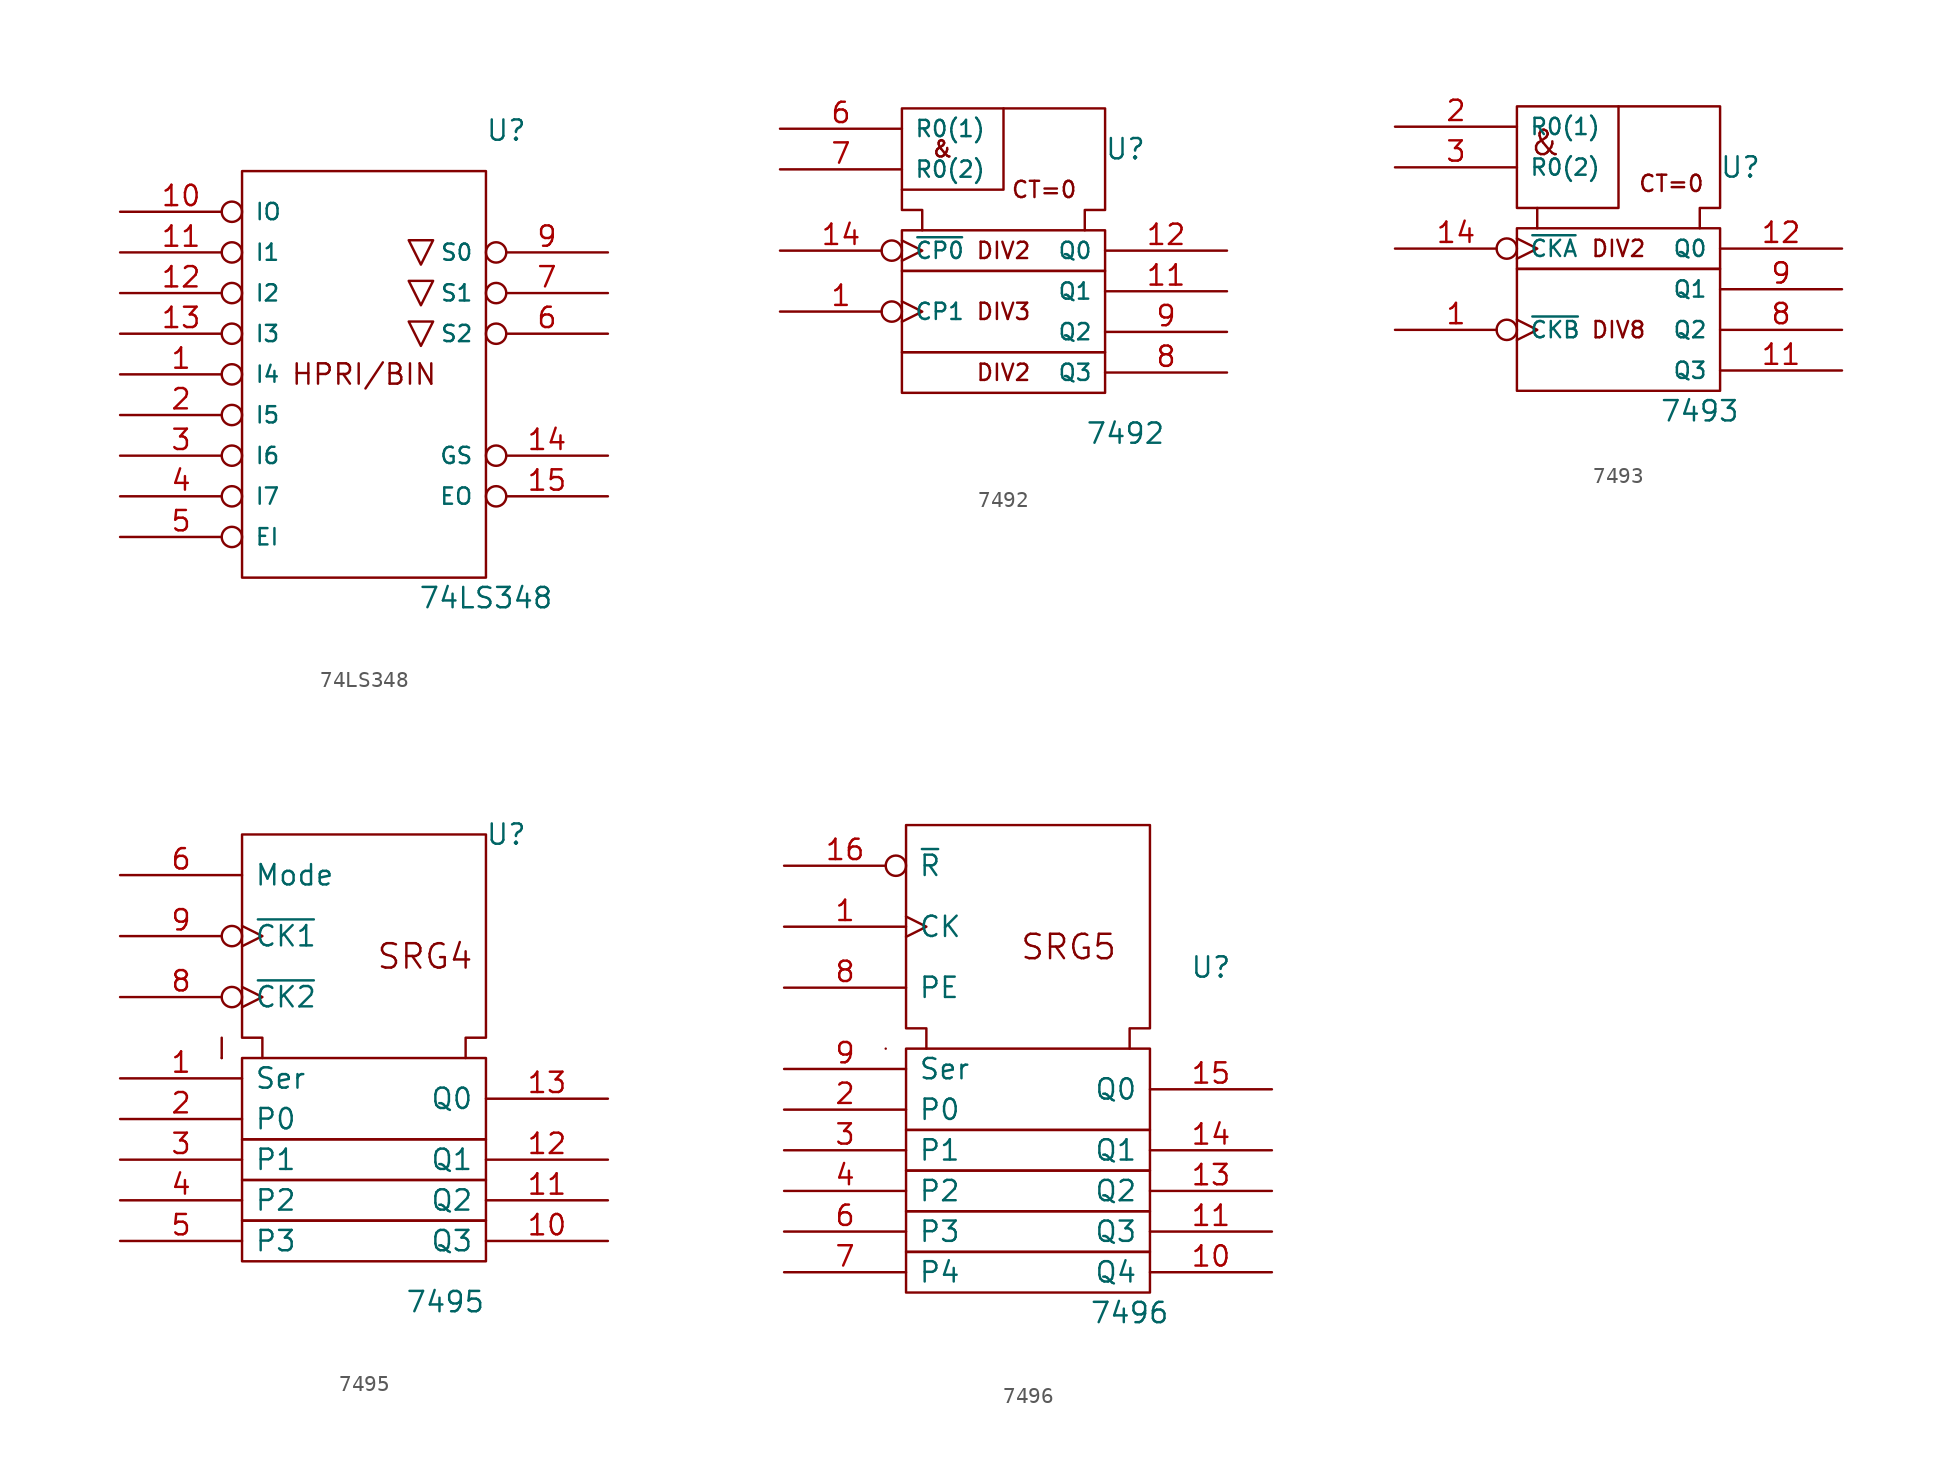
<source format=kicad_sym>
(kicad_symbol_lib
  (version 20211014)
  (generator kicad_symbol_editor)
  (symbol "74LS348"
    (pin_names
      (offset 0.762))
    (property "Reference" "U"
      (at 8.89 15.24 0)
      (effects (font (size 1.27 1.27))))
    (property "Value" "74LS348"
      (at 7.62 -13.97 0)
      (effects (font (size 1.27 1.27))))
    (symbol "74LS348_0_0"
      (rectangle (start -7.62 12.7) (end 7.62 -12.7) (stroke (width 0) (type default) (color 0 0 0 0)) (fill (type none)))
      (polyline (pts (xy 4.318 3.302) (xy 2.794 3.302) (xy 3.556 1.778) (xy 4.318 3.302) (xy 4.318 3.302)) (stroke (width 0) (type default) (color 0 0 0 0)) (fill (type none)))
      (polyline (pts (xy 4.318 5.842) (xy 2.794 5.842) (xy 3.556 4.318) (xy 4.318 5.842) (xy 4.318 5.842)) (stroke (width 0) (type default) (color 0 0 0 0)) (fill (type none)))
      (polyline (pts (xy 4.318 8.382) (xy 2.794 8.382) (xy 3.556 6.858) (xy 4.318 8.382) (xy 4.318 8.382)) (stroke (width 0) (type default) (color 0 0 0 0)) (fill (type none)))
      (text "HPRI/BIN" (at 0 0 0) (effects (font (size 1.27 1.27))))
      (pin power_in line (at 0 12.7 270) (length 0) hide (name "VCC" (effects (font (size 1.016 1.016)))) (number "16" (effects (font (size 1.27 1.27)))))
      (pin power_in line (at 0 -12.7 90) (length 0) hide (name "GND" (effects (font (size 1.016 1.016)))) (number "8" (effects (font (size 1.27 1.27))))))
    (symbol "74LS348_1_1"
      (pin input inverted (at -15.24 0 0) (length 7.62) (name "I4" (effects (font (size 1.016 1.016)))) (number "1" (effects (font (size 1.27 1.27)))))
      (pin input inverted (at -15.24 10.16 0) (length 7.62) (name "IO" (effects (font (size 1.016 1.016)))) (number "10" (effects (font (size 1.27 1.27)))))
      (pin input inverted (at -15.24 7.62 0) (length 7.62) (name "I1" (effects (font (size 1.016 1.016)))) (number "11" (effects (font (size 1.27 1.27)))))
      (pin input inverted (at -15.24 5.08 0) (length 7.62) (name "I2" (effects (font (size 1.016 1.016)))) (number "12" (effects (font (size 1.27 1.27)))))
      (pin input inverted (at -15.24 2.54 0) (length 7.62) (name "I3" (effects (font (size 1.016 1.016)))) (number "13" (effects (font (size 1.27 1.27)))))
      (pin output inverted (at 15.24 -5.08 180) (length 7.62) (name "GS" (effects (font (size 1.016 1.016)))) (number "14" (effects (font (size 1.27 1.27)))))
      (pin output inverted (at 15.24 -7.62 180) (length 7.62) (name "EO" (effects (font (size 1.016 1.016)))) (number "15" (effects (font (size 1.27 1.27)))))
      (pin input inverted (at -15.24 -2.54 0) (length 7.62) (name "I5" (effects (font (size 1.016 1.016)))) (number "2" (effects (font (size 1.27 1.27)))))
      (pin input inverted (at -15.24 -5.08 0) (length 7.62) (name "I6" (effects (font (size 1.016 1.016)))) (number "3" (effects (font (size 1.27 1.27)))))
      (pin input inverted (at -15.24 -7.62 0) (length 7.62) (name "I7" (effects (font (size 1.016 1.016)))) (number "4" (effects (font (size 1.27 1.27)))))
      (pin input inverted (at -15.24 -10.16 0) (length 7.62) (name "EI" (effects (font (size 1.016 1.016)))) (number "5" (effects (font (size 1.27 1.27)))))
      (pin output inverted (at 15.24 2.54 180) (length 7.62) (name "S2" (effects (font (size 1.016 1.016)))) (number "6" (effects (font (size 1.27 1.27)))))
      (pin output inverted (at 15.24 5.08 180) (length 7.62) (name "S1" (effects (font (size 1.016 1.016)))) (number "7" (effects (font (size 1.27 1.27)))))
      (pin output inverted (at 15.24 7.62 180) (length 7.62) (name "S0" (effects (font (size 1.016 1.016)))) (number "9" (effects (font (size 1.27 1.27)))))))
  (symbol "7492"
    (pin_names
      (offset 0.762))
    (property "Reference" "U"
      (at 7.62 6.35 0)
      (effects (font (size 1.27 1.27))))
    (property "Value" "7492"
      (at 7.62 -11.43 0)
      (effects (font (size 1.27 1.27))))
    (symbol "7492_0_0"
      (rectangle (start -6.35 -6.35) (end 6.35 -8.89) (stroke (width 0) (type default) (color 0 0 0 0)) (fill (type none)))
      (rectangle (start -6.35 -1.27) (end 6.35 -6.35) (stroke (width 0) (type default) (color 0 0 0 0)) (fill (type none)))
      (rectangle (start -6.35 1.27) (end 6.35 -1.27) (stroke (width 0) (type default) (color 0 0 0 0)) (fill (type none)))
      (polyline (pts (xy 0 8.89) (xy 0 3.81) (xy -6.35 3.81) (xy -6.35 3.81)) (stroke (width 0) (type default) (color 0 0 0 0)) (fill (type none)))
      (polyline (pts (xy -5.08 1.27) (xy -5.08 2.54) (xy -6.35 2.54) (xy -6.35 8.89) (xy 6.35 8.89) (xy 6.35 2.54) (xy 5.08 2.54) (xy 5.08 1.27) (xy 5.08 1.27)) (stroke (width 0) (type default) (color 0 0 0 0)) (fill (type none)))
      (text "&" (at -3.81 6.35 0) (effects (font (size 1.016 1.016))))
      (text "CT=0" (at 2.54 3.81 0) (effects (font (size 1.016 1.016))))
      (text "DIV2" (at 0 -7.62 0) (effects (font (size 1.016 1.016))))
      (text "DIV2" (at 0 0 0) (effects (font (size 1.016 1.016))))
      (text "DIV3" (at 0 -3.81 0) (effects (font (size 1.016 1.016))))
      (pin input line (at 2.54 8.89 270) (length 0) hide (name "GND" (effects (font (size 1.016 1.016)))) (number "10" (effects (font (size 1.27 1.27)))))
      (pin power_in line (at 5.08 8.89 270) (length 0) hide (name "VCC" (effects (font (size 1.016 1.016)))) (number "5" (effects (font (size 1.27 1.27))))))
    (symbol "7492_1_1"
      (pin input inverted_clock (at -13.97 -3.81 0) (length 7.62) (name "CP1" (effects (font (size 1.016 1.016)))) (number "1" (effects (font (size 1.27 1.27)))))
      (pin output line (at 13.97 -2.54 180) (length 7.62) (name "Q1" (effects (font (size 1.016 1.016)))) (number "11" (effects (font (size 1.27 1.27)))))
      (pin output line (at 13.97 0 180) (length 7.62) (name "Q0" (effects (font (size 1.016 1.016)))) (number "12" (effects (font (size 1.27 1.27)))))
      (pin input inverted_clock (at -13.97 0 0) (length 7.62) (name "~{CP0}" (effects (font (size 1.016 1.016)))) (number "14" (effects (font (size 1.27 1.27)))))
      (pin input line (at -13.97 7.62 0) (length 7.62) (name "R0(1)" (effects (font (size 1.016 1.016)))) (number "6" (effects (font (size 1.27 1.27)))))
      (pin input line (at -13.97 5.08 0) (length 7.62) (name "R0(2)" (effects (font (size 1.016 1.016)))) (number "7" (effects (font (size 1.27 1.27)))))
      (pin output line (at 13.97 -7.62 180) (length 7.62) (name "Q3" (effects (font (size 1.016 1.016)))) (number "8" (effects (font (size 1.27 1.27)))))
      (pin output line (at 13.97 -5.08 180) (length 7.62) (name "Q2" (effects (font (size 1.016 1.016)))) (number "9" (effects (font (size 1.27 1.27)))))))
  (symbol "7493"
    (pin_names
      (offset 0.762))
    (property "Reference" "U"
      (at 7.62 5.08 0)
      (effects (font (size 1.27 1.27))))
    (property "Value" "7493"
      (at 5.08 -10.16 0)
      (effects (font (size 1.27 1.27))))
    (symbol "7493_0_0"
      (rectangle (start -6.35 -1.27) (end 6.35 -8.89) (stroke (width 0) (type default) (color 0 0 0 0)) (fill (type none)))
      (rectangle (start -6.35 1.27) (end 6.35 -1.27) (stroke (width 0) (type default) (color 0 0 0 0)) (fill (type none)))
      (polyline (pts (xy 0 8.89) (xy 0 2.54) (xy -5.08 2.54) (xy -5.08 2.54)) (stroke (width 0) (type default) (color 0 0 0 0)) (fill (type none)))
      (polyline (pts (xy -5.08 1.27) (xy -5.08 2.54) (xy -6.35 2.54) (xy -6.35 8.89) (xy 6.35 8.89) (xy 6.35 2.54) (xy 5.08 2.54) (xy 5.08 1.27) (xy 5.08 1.27)) (stroke (width 0) (type default) (color 0 0 0 0)) (fill (type none)))
      (text "&" (at -4.572 6.604 0) (effects (font (size 1.524 1.524))))
      (text "CT=0" (at 3.302 4.064 0) (effects (font (size 1.016 1.016))))
      (text "DIV2" (at 0 0 0) (effects (font (size 1.016 1.016))))
      (text "DIV8" (at 0 -5.08 0) (effects (font (size 1.016 1.016))))
      (pin input line (at 1.27 8.89 270) (length 0) hide (name "GND" (effects (font (size 1.016 1.016)))) (number "10" (effects (font (size 1.27 1.27)))))
      (pin power_in line (at 5.08 8.89 270) (length 0) hide (name "VCC" (effects (font (size 1.016 1.016)))) (number "5" (effects (font (size 1.27 1.27))))))
    (symbol "7493_1_1"
      (pin input inverted_clock (at -13.97 -5.08 0) (length 7.62) (name "~{CKB}" (effects (font (size 1.016 1.016)))) (number "1" (effects (font (size 1.27 1.27)))))
      (pin output line (at 13.97 -7.62 180) (length 7.62) (name "Q3" (effects (font (size 1.016 1.016)))) (number "11" (effects (font (size 1.27 1.27)))))
      (pin output line (at 13.97 0 180) (length 7.62) (name "Q0" (effects (font (size 1.016 1.016)))) (number "12" (effects (font (size 1.27 1.27)))))
      (pin input inverted_clock (at -13.97 0 0) (length 7.62) (name "~{CKA}" (effects (font (size 1.016 1.016)))) (number "14" (effects (font (size 1.27 1.27)))))
      (pin input line (at -13.97 7.62 0) (length 7.62) (name "R0(1)" (effects (font (size 1.016 1.016)))) (number "2" (effects (font (size 1.27 1.27)))))
      (pin input line (at -13.97 5.08 0) (length 7.62) (name "R0(2)" (effects (font (size 1.016 1.016)))) (number "3" (effects (font (size 1.27 1.27)))))
      (pin output line (at 13.97 -5.08 180) (length 7.62) (name "Q2" (effects (font (size 1.016 1.016)))) (number "8" (effects (font (size 1.27 1.27)))))
      (pin output line (at 13.97 -2.54 180) (length 7.62) (name "Q1" (effects (font (size 1.016 1.016)))) (number "9" (effects (font (size 1.27 1.27)))))))
  (symbol "7495"
    (pin_names
      (offset 0.762))
    (property "Reference" "U"
      (at 8.89 13.97 0)
      (effects (font (size 1.27 1.27))))
    (property "Value" "7495"
      (at 5.08 -15.24 0)
      (effects (font (size 1.27 1.27))))
    (symbol "7495_0_0"
      (polyline (pts (xy -8.89 0) (xy -8.89 0)) (stroke (width 0) (type default) (color 0 0 0 0)) (fill (type none)))
      (polyline (pts (xy -8.89 1.27) (xy -8.89 0) (xy -8.89 0)) (stroke (width 0) (type default) (color 0 0 0 0)) (fill (type none)))
      (text "SRG4" (at 3.81 6.35 0) (effects (font (size 1.524 1.524))))
      (pin power_in line (at 5.08 13.97 270) (length 0) hide (name "VCC" (effects (font (size 1.27 1.27)))) (number "14" (effects (font (size 1.27 1.27)))))
      (pin power_in line (at 0 13.97 270) (length 0) hide (name "GND" (effects (font (size 1.27 1.27)))) (number "7" (effects (font (size 1.27 1.27))))))
    (symbol "7495_0_1"
      (rectangle (start -7.62 -10.16) (end 7.62 -12.7) (stroke (width 0) (type default) (color 0 0 0 0)) (fill (type none)))
      (rectangle (start -7.62 -7.62) (end 7.62 -10.16) (stroke (width 0) (type default) (color 0 0 0 0)) (fill (type none)))
      (rectangle (start -7.62 -5.08) (end 7.62 -7.62) (stroke (width 0) (type default) (color 0 0 0 0)) (fill (type none)))
      (rectangle (start -7.62 0) (end 7.62 -5.08) (stroke (width 0) (type default) (color 0 0 0 0)) (fill (type none)))
      (polyline (pts (xy -6.35 0) (xy -6.35 1.27) (xy -7.62 1.27) (xy -7.62 13.97) (xy 7.62 13.97) (xy 7.62 1.27) (xy 6.35 1.27) (xy 6.35 0) (xy 6.35 0)) (stroke (width 0) (type default) (color 0 0 0 0)) (fill (type none))))
    (symbol "7495_1_1"
      (pin input line (at -15.24 -1.27 0) (length 7.62) (name "Ser" (effects (font (size 1.27 1.27)))) (number "1" (effects (font (size 1.27 1.27)))))
      (pin output line (at 15.24 -11.43 180) (length 7.62) (name "Q3" (effects (font (size 1.27 1.27)))) (number "10" (effects (font (size 1.27 1.27)))))
      (pin output line (at 15.24 -8.89 180) (length 7.62) (name "Q2" (effects (font (size 1.27 1.27)))) (number "11" (effects (font (size 1.27 1.27)))))
      (pin output line (at 15.24 -6.35 180) (length 7.62) (name "Q1" (effects (font (size 1.27 1.27)))) (number "12" (effects (font (size 1.27 1.27)))))
      (pin output line (at 15.24 -2.54 180) (length 7.62) (name "Q0" (effects (font (size 1.27 1.27)))) (number "13" (effects (font (size 1.27 1.27)))))
      (pin input line (at -15.24 -3.81 0) (length 7.62) (name "P0" (effects (font (size 1.27 1.27)))) (number "2" (effects (font (size 1.27 1.27)))))
      (pin input line (at -15.24 -6.35 0) (length 7.62) (name "P1" (effects (font (size 1.27 1.27)))) (number "3" (effects (font (size 1.27 1.27)))))
      (pin input line (at -15.24 -8.89 0) (length 7.62) (name "P2" (effects (font (size 1.27 1.27)))) (number "4" (effects (font (size 1.27 1.27)))))
      (pin input line (at -15.24 -11.43 0) (length 7.62) (name "P3" (effects (font (size 1.27 1.27)))) (number "5" (effects (font (size 1.27 1.27)))))
      (pin input line (at -15.24 11.43 0) (length 7.62) (name "Mode" (effects (font (size 1.27 1.27)))) (number "6" (effects (font (size 1.27 1.27)))))
      (pin input inverted_clock (at -15.24 3.81 0) (length 7.62) (name "~{CK2}" (effects (font (size 1.27 1.27)))) (number "8" (effects (font (size 1.27 1.27)))))
      (pin input inverted_clock (at -15.24 7.62 0) (length 7.62) (name "~{CK1}" (effects (font (size 1.27 1.27)))) (number "9" (effects (font (size 1.27 1.27)))))))
  (symbol "7496"
    (pin_names
      (offset 0.762))
    (property "Reference" "U"
      (at 11.43 5.08 0)
      (effects (font (size 1.27 1.27))))
    (property "Value" "7496"
      (at 6.35 -16.51 0)
      (effects (font (size 1.27 1.27))))
    (symbol "7496_0_0"
      (polyline (pts (xy -8.89 0) (xy -8.89 0)) (stroke (width 0) (type default) (color 0 0 0 0)) (fill (type none)))
      (text "SRG5" (at 2.54 6.35 0) (effects (font (size 1.524 1.524))))
      (pin power_in line (at 0 13.97 270) (length 0) hide (name "GND" (effects (font (size 1.27 1.27)))) (number "12" (effects (font (size 1.27 1.27)))))
      (pin power_in line (at 5.08 13.97 270) (length 0) hide (name "VCC" (effects (font (size 1.27 1.27)))) (number "5" (effects (font (size 1.27 1.27))))))
    (symbol "7496_0_1"
      (rectangle (start -7.62 -12.7) (end 7.62 -15.24) (stroke (width 0) (type default) (color 0 0 0 0)) (fill (type none)))
      (rectangle (start -7.62 -10.16) (end 7.62 -12.7) (stroke (width 0) (type default) (color 0 0 0 0)) (fill (type none)))
      (rectangle (start -7.62 -7.62) (end 7.62 -10.16) (stroke (width 0) (type default) (color 0 0 0 0)) (fill (type none)))
      (rectangle (start -7.62 -5.08) (end 7.62 -7.62) (stroke (width 0) (type default) (color 0 0 0 0)) (fill (type none)))
      (rectangle (start -7.62 0) (end 7.62 -5.08) (stroke (width 0) (type default) (color 0 0 0 0)) (fill (type none)))
      (polyline (pts (xy -6.35 0) (xy -6.35 1.27) (xy -7.62 1.27) (xy -7.62 13.97) (xy 7.62 13.97) (xy 7.62 1.27) (xy 6.35 1.27) (xy 6.35 0) (xy 6.35 0)) (stroke (width 0) (type default) (color 0 0 0 0)) (fill (type none))))
    (symbol "7496_1_1"
      (pin input clock (at -15.24 7.62 0) (length 7.62) (name "CK" (effects (font (size 1.27 1.27)))) (number "1" (effects (font (size 1.27 1.27)))))
      (pin output line (at 15.24 -13.97 180) (length 7.62) (name "Q4" (effects (font (size 1.27 1.27)))) (number "10" (effects (font (size 1.27 1.27)))))
      (pin output line (at 15.24 -11.43 180) (length 7.62) (name "Q3" (effects (font (size 1.27 1.27)))) (number "11" (effects (font (size 1.27 1.27)))))
      (pin output line (at 15.24 -8.89 180) (length 7.62) (name "Q2" (effects (font (size 1.27 1.27)))) (number "13" (effects (font (size 1.27 1.27)))))
      (pin output line (at 15.24 -6.35 180) (length 7.62) (name "Q1" (effects (font (size 1.27 1.27)))) (number "14" (effects (font (size 1.27 1.27)))))
      (pin output line (at 15.24 -2.54 180) (length 7.62) (name "Q0" (effects (font (size 1.27 1.27)))) (number "15" (effects (font (size 1.27 1.27)))))
      (pin input inverted (at -15.24 11.43 0) (length 7.62) (name "~{R}" (effects (font (size 1.27 1.27)))) (number "16" (effects (font (size 1.27 1.27)))))
      (pin input line (at -15.24 -3.81 0) (length 7.62) (name "P0" (effects (font (size 1.27 1.27)))) (number "2" (effects (font (size 1.27 1.27)))))
      (pin input line (at -15.24 -6.35 0) (length 7.62) (name "P1" (effects (font (size 1.27 1.27)))) (number "3" (effects (font (size 1.27 1.27)))))
      (pin input line (at -15.24 -8.89 0) (length 7.62) (name "P2" (effects (font (size 1.27 1.27)))) (number "4" (effects (font (size 1.27 1.27)))))
      (pin input line (at -15.24 -11.43 0) (length 7.62) (name "P3" (effects (font (size 1.27 1.27)))) (number "6" (effects (font (size 1.27 1.27)))))
      (pin input line (at -15.24 -13.97 0) (length 7.62) (name "P4" (effects (font (size 1.27 1.27)))) (number "7" (effects (font (size 1.27 1.27)))))
      (pin input line (at -15.24 3.81 0) (length 7.62) (name "PE" (effects (font (size 1.27 1.27)))) (number "8" (effects (font (size 1.27 1.27)))))
      (pin input line (at -15.24 -1.27 0) (length 7.62) (name "Ser" (effects (font (size 1.27 1.27)))) (number "9" (effects (font (size 1.27 1.27))))))))
</source>
